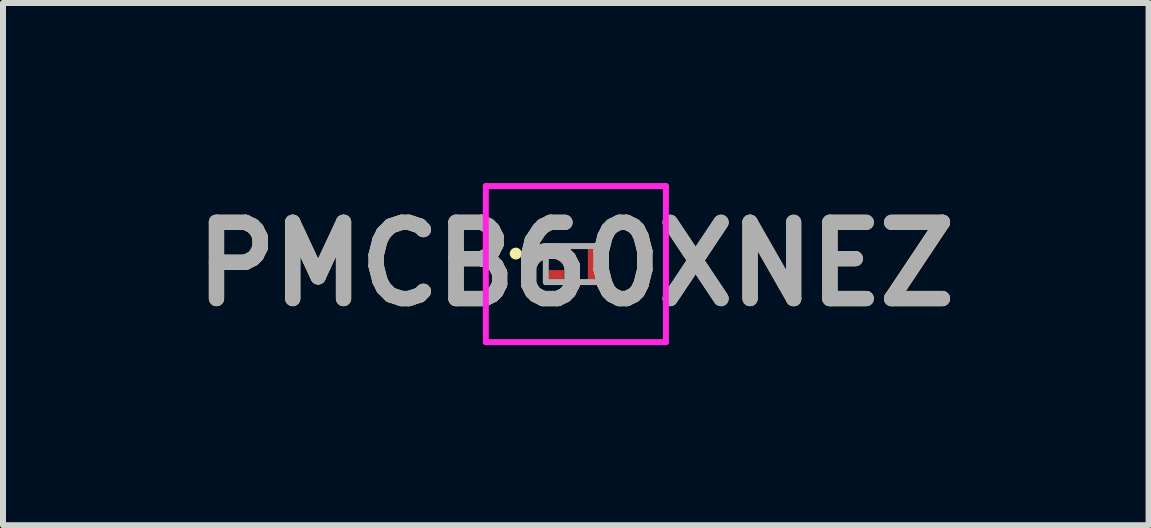
<source format=kicad_pcb>
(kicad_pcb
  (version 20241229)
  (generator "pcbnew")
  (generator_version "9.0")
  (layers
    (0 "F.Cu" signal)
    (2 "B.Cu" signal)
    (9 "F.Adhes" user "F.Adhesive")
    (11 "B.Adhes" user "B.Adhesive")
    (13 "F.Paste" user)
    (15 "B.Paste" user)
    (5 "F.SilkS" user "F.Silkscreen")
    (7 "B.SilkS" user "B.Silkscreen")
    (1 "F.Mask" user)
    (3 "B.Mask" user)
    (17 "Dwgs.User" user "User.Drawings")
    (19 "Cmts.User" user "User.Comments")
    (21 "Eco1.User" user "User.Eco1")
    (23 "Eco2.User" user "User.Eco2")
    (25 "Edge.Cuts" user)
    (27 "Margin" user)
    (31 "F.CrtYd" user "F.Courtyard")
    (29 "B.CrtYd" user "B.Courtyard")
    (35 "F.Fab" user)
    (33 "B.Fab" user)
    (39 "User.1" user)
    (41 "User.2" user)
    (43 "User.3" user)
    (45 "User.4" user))
  (footprint "PMCB60XNEZ"
    (layer "F.Cu")
    (at 6.544 1.35)
    (property "Reference" "PMCB60XNEZ" (at 0 0 0) (layer "F.SilkS") (effects (font (size 1.27 1.27) (thickness 0.254))))
    (attr smd)
    (fp_line (start -1.05 -0.175) (end -1.05 -0.175) (stroke (width 0.1) (type solid)) (layer "F.SilkS"))
    (fp_line (start -0.95 -0.175) (end -0.95 -0.175) (stroke (width 0.1) (type solid)) (layer "F.SilkS"))
    (fp_arc (start -1.05 -0.175) (mid -1 -0.225) (end -0.95 -0.175) (stroke (width 0.1) (type solid)) (layer "F.SilkS"))
    (fp_arc (start -0.95 -0.175) (mid -1 -0.125) (end -1.05 -0.175) (stroke (width 0.1) (type solid)) (layer "F.SilkS"))
    (fp_line (start -1.5 -1.3) (end 1.5 -1.3) (stroke (width 0.1) (type solid)) (layer "F.CrtYd"))
    (fp_line (start -1.5 1.3) (end -1.5 -1.3) (stroke (width 0.1) (type solid)) (layer "F.CrtYd"))
    (fp_line (start 1.5 -1.3) (end 1.5 1.3) (stroke (width 0.1) (type solid)) (layer "F.CrtYd"))
    (fp_line (start 1.5 1.3) (end -1.5 1.3) (stroke (width 0.1) (type solid)) (layer "F.CrtYd"))
    (fp_line (start -0.5 -0.3) (end 0.5 -0.3) (stroke (width 0.1) (type solid)) (layer "F.Fab"))
    (fp_line (start -0.5 0.3) (end -0.5 -0.3) (stroke (width 0.1) (type solid)) (layer "F.Fab"))
    (fp_line (start 0.5 -0.3) (end 0.5 0.3) (stroke (width 0.1) (type solid)) (layer "F.Fab"))
    (fp_line (start 0.5 0.3) (end -0.5 0.3) (stroke (width 0.1) (type solid)) (layer "F.Fab"))
    (fp_text user "${REFERENCE}" (at 0 0 0) (layer "F.Fab") (effects (font (size 1.27 1.27) (thickness 0.254))))
    (pad "1" smd rect (at -0.325 -0.175 90) (size 0.15 0.25) (layers "F.Cu" "F.Mask" "F.Paste"))
    (pad "2" smd rect (at -0.325 0.175 90) (size 0.15 0.25) (layers "F.Cu" "F.Mask" "F.Paste"))
    (pad "3" smd rect (at 0.325 0) (size 0.25 0.5) (layers "F.Cu" "F.Mask" "F.Paste")))
  (gr_rect
    (start -3 -3)
    (end 16.087 5.7)
    (stroke (width 0.1) (type default))
    (fill no)
    (layer "Edge.Cuts")))
</source>
